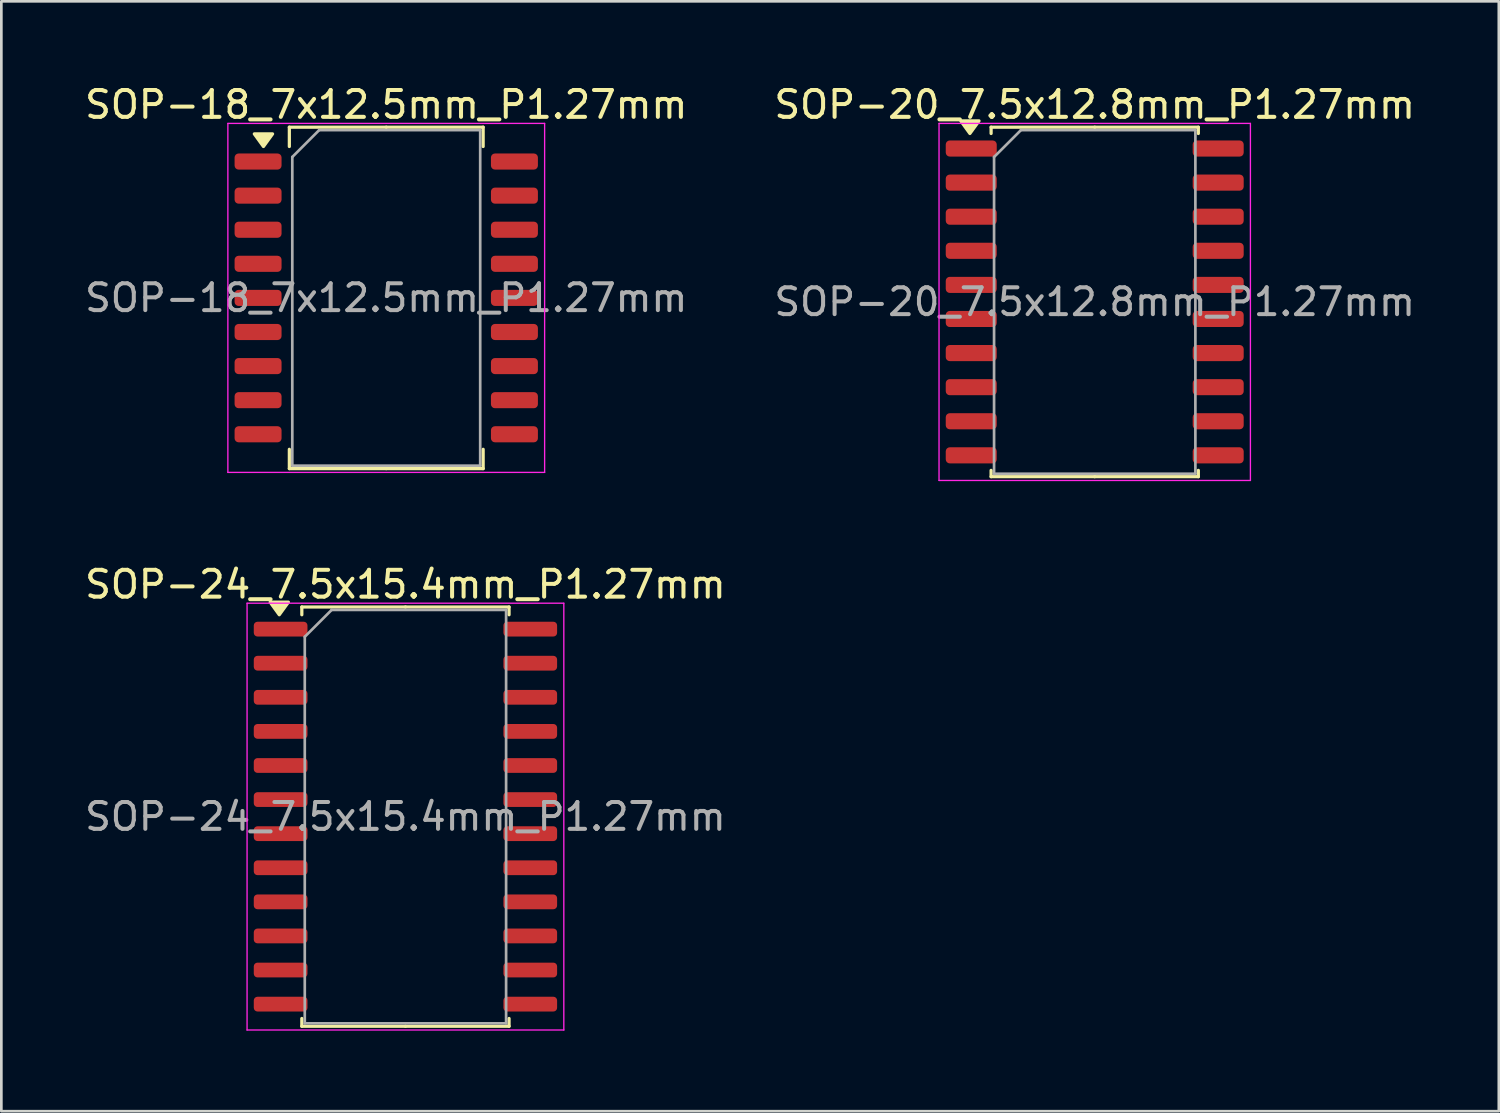
<source format=kicad_pcb>
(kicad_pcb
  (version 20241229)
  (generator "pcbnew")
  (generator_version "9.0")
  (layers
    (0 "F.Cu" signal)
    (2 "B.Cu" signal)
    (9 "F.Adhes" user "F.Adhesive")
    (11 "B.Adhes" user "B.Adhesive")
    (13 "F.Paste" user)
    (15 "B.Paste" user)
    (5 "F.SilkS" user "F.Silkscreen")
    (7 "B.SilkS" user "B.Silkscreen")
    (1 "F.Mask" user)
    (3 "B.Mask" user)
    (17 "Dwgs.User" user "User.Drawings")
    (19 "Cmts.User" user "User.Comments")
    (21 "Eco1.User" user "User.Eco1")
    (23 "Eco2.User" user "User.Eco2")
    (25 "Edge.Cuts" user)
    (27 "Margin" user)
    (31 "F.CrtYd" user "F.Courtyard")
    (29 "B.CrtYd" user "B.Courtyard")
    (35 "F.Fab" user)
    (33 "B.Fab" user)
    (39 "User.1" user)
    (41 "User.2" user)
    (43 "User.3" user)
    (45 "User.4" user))
  (footprint "SOP-20_7.5x12.8mm_P1.27mm"
    (layer "F.Cu")
    (at 37.732 8.198)
    (property "Reference" "SOP-20_7.5x12.8mm_P1.27mm" (at 0 -7.35 0) (layer "F.SilkS") (effects (font (size 1 1) (thickness 0.15))))
    (attr smd)
    (fp_line (start -3.86 -6.51) (end -3.86 -6.275) (stroke (width 0.12) (type solid)) (layer "F.SilkS"))
    (fp_line (start -3.86 6.51) (end -3.86 6.275) (stroke (width 0.12) (type solid)) (layer "F.SilkS"))
    (fp_line (start 0 -6.51) (end -3.86 -6.51) (stroke (width 0.12) (type solid)) (layer "F.SilkS"))
    (fp_line (start 0 -6.51) (end 3.86 -6.51) (stroke (width 0.12) (type solid)) (layer "F.SilkS"))
    (fp_line (start 0 6.51) (end -3.86 6.51) (stroke (width 0.12) (type solid)) (layer "F.SilkS"))
    (fp_line (start 0 6.51) (end 3.86 6.51) (stroke (width 0.12) (type solid)) (layer "F.SilkS"))
    (fp_line (start 3.86 -6.51) (end 3.86 -6.275) (stroke (width 0.12) (type solid)) (layer "F.SilkS"))
    (fp_line (start 3.86 6.51) (end 3.86 6.275) (stroke (width 0.12) (type solid)) (layer "F.SilkS"))
    (fp_poly (pts (xy -4.65 -6.275) (xy -4.99 -6.745) (xy -4.31 -6.745) (xy -4.65 -6.275)) (stroke (width 0.12) (type solid)) (fill yes) (layer "F.SilkS"))
    (fp_line (start -5.8 -6.65) (end -5.8 6.65) (stroke (width 0.05) (type solid)) (layer "F.CrtYd"))
    (fp_line (start -5.8 6.65) (end 5.8 6.65) (stroke (width 0.05) (type solid)) (layer "F.CrtYd"))
    (fp_line (start 5.8 -6.65) (end -5.8 -6.65) (stroke (width 0.05) (type solid)) (layer "F.CrtYd"))
    (fp_line (start 5.8 6.65) (end 5.8 -6.65) (stroke (width 0.05) (type solid)) (layer "F.CrtYd"))
    (fp_line (start -3.75 -5.4) (end -2.75 -6.4) (stroke (width 0.1) (type solid)) (layer "F.Fab"))
    (fp_line (start -3.75 6.4) (end -3.75 -5.4) (stroke (width 0.1) (type solid)) (layer "F.Fab"))
    (fp_line (start -2.75 -6.4) (end 3.75 -6.4) (stroke (width 0.1) (type solid)) (layer "F.Fab"))
    (fp_line (start 3.75 -6.4) (end 3.75 6.4) (stroke (width 0.1) (type solid)) (layer "F.Fab"))
    (fp_line (start 3.75 6.4) (end -3.75 6.4) (stroke (width 0.1) (type solid)) (layer "F.Fab"))
    (fp_text user "${REFERENCE}" (at 0 0 0) (layer "F.Fab") (effects (font (size 1 1) (thickness 0.15))))
    (pad "1" smd roundrect (at -4.6 -5.715) (size 1.9 0.6) (layers "F.Cu" "F.Mask" "F.Paste") (roundrect_rratio 0.25))
    (pad "2" smd roundrect (at -4.6 -4.445) (size 1.9 0.6) (layers "F.Cu" "F.Mask" "F.Paste") (roundrect_rratio 0.25))
    (pad "3" smd roundrect (at -4.6 -3.175) (size 1.9 0.6) (layers "F.Cu" "F.Mask" "F.Paste") (roundrect_rratio 0.25))
    (pad "4" smd roundrect (at -4.6 -1.905) (size 1.9 0.6) (layers "F.Cu" "F.Mask" "F.Paste") (roundrect_rratio 0.25))
    (pad "5" smd roundrect (at -4.6 -0.635) (size 1.9 0.6) (layers "F.Cu" "F.Mask" "F.Paste") (roundrect_rratio 0.25))
    (pad "6" smd roundrect (at -4.6 0.635) (size 1.9 0.6) (layers "F.Cu" "F.Mask" "F.Paste") (roundrect_rratio 0.25))
    (pad "7" smd roundrect (at -4.6 1.905) (size 1.9 0.6) (layers "F.Cu" "F.Mask" "F.Paste") (roundrect_rratio 0.25))
    (pad "8" smd roundrect (at -4.6 3.175) (size 1.9 0.6) (layers "F.Cu" "F.Mask" "F.Paste") (roundrect_rratio 0.25))
    (pad "9" smd roundrect (at -4.6 4.445) (size 1.9 0.6) (layers "F.Cu" "F.Mask" "F.Paste") (roundrect_rratio 0.25))
    (pad "10" smd roundrect (at -4.6 5.715) (size 1.9 0.6) (layers "F.Cu" "F.Mask" "F.Paste") (roundrect_rratio 0.25))
    (pad "11" smd roundrect (at 4.6 5.715) (size 1.9 0.6) (layers "F.Cu" "F.Mask" "F.Paste") (roundrect_rratio 0.25))
    (pad "12" smd roundrect (at 4.6 4.445) (size 1.9 0.6) (layers "F.Cu" "F.Mask" "F.Paste") (roundrect_rratio 0.25))
    (pad "13" smd roundrect (at 4.6 3.175) (size 1.9 0.6) (layers "F.Cu" "F.Mask" "F.Paste") (roundrect_rratio 0.25))
    (pad "14" smd roundrect (at 4.6 1.905) (size 1.9 0.6) (layers "F.Cu" "F.Mask" "F.Paste") (roundrect_rratio 0.25))
    (pad "15" smd roundrect (at 4.6 0.635) (size 1.9 0.6) (layers "F.Cu" "F.Mask" "F.Paste") (roundrect_rratio 0.25))
    (pad "16" smd roundrect (at 4.6 -0.635) (size 1.9 0.6) (layers "F.Cu" "F.Mask" "F.Paste") (roundrect_rratio 0.25))
    (pad "17" smd roundrect (at 4.6 -1.905) (size 1.9 0.6) (layers "F.Cu" "F.Mask" "F.Paste") (roundrect_rratio 0.25))
    (pad "18" smd roundrect (at 4.6 -3.175) (size 1.9 0.6) (layers "F.Cu" "F.Mask" "F.Paste") (roundrect_rratio 0.25))
    (pad "19" smd roundrect (at 4.6 -4.445) (size 1.9 0.6) (layers "F.Cu" "F.Mask" "F.Paste") (roundrect_rratio 0.25))
    (pad "20" smd roundrect (at 4.6 -5.715) (size 1.9 0.6) (layers "F.Cu" "F.Mask" "F.Paste") (roundrect_rratio 0.25)))
  (footprint "SOP-24_7.5x15.4mm_P1.27mm"
    (layer "F.Cu")
    (at 12.054 27.372)
    (property "Reference" "SOP-24_7.5x15.4mm_P1.27mm" (at 0 -8.65 0) (layer "F.SilkS") (effects (font (size 1 1) (thickness 0.15))))
    (attr smd)
    (fp_line (start -3.86 -7.81) (end -3.86 -7.52) (stroke (width 0.12) (type solid)) (layer "F.SilkS"))
    (fp_line (start -3.86 7.81) (end -3.86 7.52) (stroke (width 0.12) (type solid)) (layer "F.SilkS"))
    (fp_line (start 0 -7.81) (end -3.86 -7.81) (stroke (width 0.12) (type solid)) (layer "F.SilkS"))
    (fp_line (start 0 -7.81) (end 3.86 -7.81) (stroke (width 0.12) (type solid)) (layer "F.SilkS"))
    (fp_line (start 0 7.81) (end -3.86 7.81) (stroke (width 0.12) (type solid)) (layer "F.SilkS"))
    (fp_line (start 0 7.81) (end 3.86 7.81) (stroke (width 0.12) (type solid)) (layer "F.SilkS"))
    (fp_line (start 3.86 -7.81) (end 3.86 -7.52) (stroke (width 0.12) (type solid)) (layer "F.SilkS"))
    (fp_line (start 3.86 7.81) (end 3.86 7.52) (stroke (width 0.12) (type solid)) (layer "F.SilkS"))
    (fp_poly (pts (xy -4.7 -7.52) (xy -5.04 -7.99) (xy -4.36 -7.99) (xy -4.7 -7.52)) (stroke (width 0.12) (type solid)) (fill yes) (layer "F.SilkS"))
    (fp_line (start -5.9 -7.95) (end -5.9 7.95) (stroke (width 0.05) (type solid)) (layer "F.CrtYd"))
    (fp_line (start -5.9 7.95) (end 5.9 7.95) (stroke (width 0.05) (type solid)) (layer "F.CrtYd"))
    (fp_line (start 5.9 -7.95) (end -5.9 -7.95) (stroke (width 0.05) (type solid)) (layer "F.CrtYd"))
    (fp_line (start 5.9 7.95) (end 5.9 -7.95) (stroke (width 0.05) (type solid)) (layer "F.CrtYd"))
    (fp_line (start -3.75 -6.7) (end -2.75 -7.7) (stroke (width 0.1) (type solid)) (layer "F.Fab"))
    (fp_line (start -3.75 7.7) (end -3.75 -6.7) (stroke (width 0.1) (type solid)) (layer "F.Fab"))
    (fp_line (start -2.75 -7.7) (end 3.75 -7.7) (stroke (width 0.1) (type solid)) (layer "F.Fab"))
    (fp_line (start 3.75 -7.7) (end 3.75 7.7) (stroke (width 0.1) (type solid)) (layer "F.Fab"))
    (fp_line (start 3.75 7.7) (end -3.75 7.7) (stroke (width 0.1) (type solid)) (layer "F.Fab"))
    (fp_text user "${REFERENCE}" (at 0 0 0) (layer "F.Fab") (effects (font (size 1 1) (thickness 0.15))))
    (pad "1" smd roundrect (at -4.65 -6.985) (size 2 0.55) (layers "F.Cu" "F.Mask" "F.Paste") (roundrect_rratio 0.25))
    (pad "2" smd roundrect (at -4.65 -5.715) (size 2 0.55) (layers "F.Cu" "F.Mask" "F.Paste") (roundrect_rratio 0.25))
    (pad "3" smd roundrect (at -4.65 -4.445) (size 2 0.55) (layers "F.Cu" "F.Mask" "F.Paste") (roundrect_rratio 0.25))
    (pad "4" smd roundrect (at -4.65 -3.175) (size 2 0.55) (layers "F.Cu" "F.Mask" "F.Paste") (roundrect_rratio 0.25))
    (pad "5" smd roundrect (at -4.65 -1.905) (size 2 0.55) (layers "F.Cu" "F.Mask" "F.Paste") (roundrect_rratio 0.25))
    (pad "6" smd roundrect (at -4.65 -0.635) (size 2 0.55) (layers "F.Cu" "F.Mask" "F.Paste") (roundrect_rratio 0.25))
    (pad "7" smd roundrect (at -4.65 0.635) (size 2 0.55) (layers "F.Cu" "F.Mask" "F.Paste") (roundrect_rratio 0.25))
    (pad "8" smd roundrect (at -4.65 1.905) (size 2 0.55) (layers "F.Cu" "F.Mask" "F.Paste") (roundrect_rratio 0.25))
    (pad "9" smd roundrect (at -4.65 3.175) (size 2 0.55) (layers "F.Cu" "F.Mask" "F.Paste") (roundrect_rratio 0.25))
    (pad "10" smd roundrect (at -4.65 4.445) (size 2 0.55) (layers "F.Cu" "F.Mask" "F.Paste") (roundrect_rratio 0.25))
    (pad "11" smd roundrect (at -4.65 5.715) (size 2 0.55) (layers "F.Cu" "F.Mask" "F.Paste") (roundrect_rratio 0.25))
    (pad "12" smd roundrect (at -4.65 6.985) (size 2 0.55) (layers "F.Cu" "F.Mask" "F.Paste") (roundrect_rratio 0.25))
    (pad "13" smd roundrect (at 4.65 6.985) (size 2 0.55) (layers "F.Cu" "F.Mask" "F.Paste") (roundrect_rratio 0.25))
    (pad "14" smd roundrect (at 4.65 5.715) (size 2 0.55) (layers "F.Cu" "F.Mask" "F.Paste") (roundrect_rratio 0.25))
    (pad "15" smd roundrect (at 4.65 4.445) (size 2 0.55) (layers "F.Cu" "F.Mask" "F.Paste") (roundrect_rratio 0.25))
    (pad "16" smd roundrect (at 4.65 3.175) (size 2 0.55) (layers "F.Cu" "F.Mask" "F.Paste") (roundrect_rratio 0.25))
    (pad "17" smd roundrect (at 4.65 1.905) (size 2 0.55) (layers "F.Cu" "F.Mask" "F.Paste") (roundrect_rratio 0.25))
    (pad "18" smd roundrect (at 4.65 0.635) (size 2 0.55) (layers "F.Cu" "F.Mask" "F.Paste") (roundrect_rratio 0.25))
    (pad "19" smd roundrect (at 4.65 -0.635) (size 2 0.55) (layers "F.Cu" "F.Mask" "F.Paste") (roundrect_rratio 0.25))
    (pad "20" smd roundrect (at 4.65 -1.905) (size 2 0.55) (layers "F.Cu" "F.Mask" "F.Paste") (roundrect_rratio 0.25))
    (pad "21" smd roundrect (at 4.65 -3.175) (size 2 0.55) (layers "F.Cu" "F.Mask" "F.Paste") (roundrect_rratio 0.25))
    (pad "22" smd roundrect (at 4.65 -4.445) (size 2 0.55) (layers "F.Cu" "F.Mask" "F.Paste") (roundrect_rratio 0.25))
    (pad "23" smd roundrect (at 4.65 -5.715) (size 2 0.55) (layers "F.Cu" "F.Mask" "F.Paste") (roundrect_rratio 0.25))
    (pad "24" smd roundrect (at 4.65 -6.985) (size 2 0.55) (layers "F.Cu" "F.Mask" "F.Paste") (roundrect_rratio 0.25)))
  (footprint "SOP-18_7x12.5mm_P1.27mm"
    (layer "F.Cu")
    (at 11.339 8.048)
    (property "Reference" "SOP-18_7x12.5mm_P1.27mm" (at 0 -7.2 0) (layer "F.SilkS") (effects (font (size 1 1) (thickness 0.15))))
    (attr smd)
    (fp_line (start -3.61 -6.36) (end -3.61 -5.64) (stroke (width 0.12) (type solid)) (layer "F.SilkS"))
    (fp_line (start -3.61 6.36) (end -3.61 5.64) (stroke (width 0.12) (type solid)) (layer "F.SilkS"))
    (fp_line (start 0 -6.36) (end -3.61 -6.36) (stroke (width 0.12) (type solid)) (layer "F.SilkS"))
    (fp_line (start 0 -6.36) (end 3.61 -6.36) (stroke (width 0.12) (type solid)) (layer "F.SilkS"))
    (fp_line (start 0 6.36) (end -3.61 6.36) (stroke (width 0.12) (type solid)) (layer "F.SilkS"))
    (fp_line (start 0 6.36) (end 3.61 6.36) (stroke (width 0.12) (type solid)) (layer "F.SilkS"))
    (fp_line (start 3.61 -6.36) (end 3.61 -5.64) (stroke (width 0.12) (type solid)) (layer "F.SilkS"))
    (fp_line (start 3.61 6.36) (end 3.61 5.64) (stroke (width 0.12) (type solid)) (layer "F.SilkS"))
    (fp_poly (pts (xy -4.575 -5.64) (xy -4.915 -6.11) (xy -4.235 -6.11) (xy -4.575 -5.64)) (stroke (width 0.12) (type solid)) (fill yes) (layer "F.SilkS"))
    (fp_line (start -5.9 -6.5) (end -5.9 6.5) (stroke (width 0.05) (type solid)) (layer "F.CrtYd"))
    (fp_line (start -5.9 6.5) (end 5.9 6.5) (stroke (width 0.05) (type solid)) (layer "F.CrtYd"))
    (fp_line (start 5.9 -6.5) (end -5.9 -6.5) (stroke (width 0.05) (type solid)) (layer "F.CrtYd"))
    (fp_line (start 5.9 6.5) (end 5.9 -6.5) (stroke (width 0.05) (type solid)) (layer "F.CrtYd"))
    (fp_line (start -3.5 -5.25) (end -2.5 -6.25) (stroke (width 0.1) (type solid)) (layer "F.Fab"))
    (fp_line (start -3.5 6.25) (end -3.5 -5.25) (stroke (width 0.1) (type solid)) (layer "F.Fab"))
    (fp_line (start -2.5 -6.25) (end 3.5 -6.25) (stroke (width 0.1) (type solid)) (layer "F.Fab"))
    (fp_line (start 3.5 -6.25) (end 3.5 6.25) (stroke (width 0.1) (type solid)) (layer "F.Fab"))
    (fp_line (start 3.5 6.25) (end -3.5 6.25) (stroke (width 0.1) (type solid)) (layer "F.Fab"))
    (fp_text user "${REFERENCE}" (at 0 0 0) (layer "F.Fab") (effects (font (size 1 1) (thickness 0.15))))
    (pad "1" smd roundrect (at -4.775 -5.08) (size 1.75 0.6) (layers "F.Cu" "F.Mask" "F.Paste") (roundrect_rratio 0.25))
    (pad "2" smd roundrect (at -4.775 -3.81) (size 1.75 0.6) (layers "F.Cu" "F.Mask" "F.Paste") (roundrect_rratio 0.25))
    (pad "3" smd roundrect (at -4.775 -2.54) (size 1.75 0.6) (layers "F.Cu" "F.Mask" "F.Paste") (roundrect_rratio 0.25))
    (pad "4" smd roundrect (at -4.775 -1.27) (size 1.75 0.6) (layers "F.Cu" "F.Mask" "F.Paste") (roundrect_rratio 0.25))
    (pad "5" smd roundrect (at -4.775 0) (size 1.75 0.6) (layers "F.Cu" "F.Mask" "F.Paste") (roundrect_rratio 0.25))
    (pad "6" smd roundrect (at -4.775 1.27) (size 1.75 0.6) (layers "F.Cu" "F.Mask" "F.Paste") (roundrect_rratio 0.25))
    (pad "7" smd roundrect (at -4.775 2.54) (size 1.75 0.6) (layers "F.Cu" "F.Mask" "F.Paste") (roundrect_rratio 0.25))
    (pad "8" smd roundrect (at -4.775 3.81) (size 1.75 0.6) (layers "F.Cu" "F.Mask" "F.Paste") (roundrect_rratio 0.25))
    (pad "9" smd roundrect (at -4.775 5.08) (size 1.75 0.6) (layers "F.Cu" "F.Mask" "F.Paste") (roundrect_rratio 0.25))
    (pad "10" smd roundrect (at 4.775 5.08) (size 1.75 0.6) (layers "F.Cu" "F.Mask" "F.Paste") (roundrect_rratio 0.25))
    (pad "11" smd roundrect (at 4.775 3.81) (size 1.75 0.6) (layers "F.Cu" "F.Mask" "F.Paste") (roundrect_rratio 0.25))
    (pad "12" smd roundrect (at 4.775 2.54) (size 1.75 0.6) (layers "F.Cu" "F.Mask" "F.Paste") (roundrect_rratio 0.25))
    (pad "13" smd roundrect (at 4.775 1.27) (size 1.75 0.6) (layers "F.Cu" "F.Mask" "F.Paste") (roundrect_rratio 0.25))
    (pad "14" smd roundrect (at 4.775 0) (size 1.75 0.6) (layers "F.Cu" "F.Mask" "F.Paste") (roundrect_rratio 0.25))
    (pad "15" smd roundrect (at 4.775 -1.27) (size 1.75 0.6) (layers "F.Cu" "F.Mask" "F.Paste") (roundrect_rratio 0.25))
    (pad "16" smd roundrect (at 4.775 -2.54) (size 1.75 0.6) (layers "F.Cu" "F.Mask" "F.Paste") (roundrect_rratio 0.25))
    (pad "17" smd roundrect (at 4.775 -3.81) (size 1.75 0.6) (layers "F.Cu" "F.Mask" "F.Paste") (roundrect_rratio 0.25))
    (pad "18" smd roundrect (at 4.775 -5.08) (size 1.75 0.6) (layers "F.Cu" "F.Mask" "F.Paste") (roundrect_rratio 0.25)))
  (gr_rect
    (start -3 -3)
    (end 52.786 38.346)
    (stroke (width 0.1) (type default))
    (fill no)
    (layer "Edge.Cuts")))
</source>
